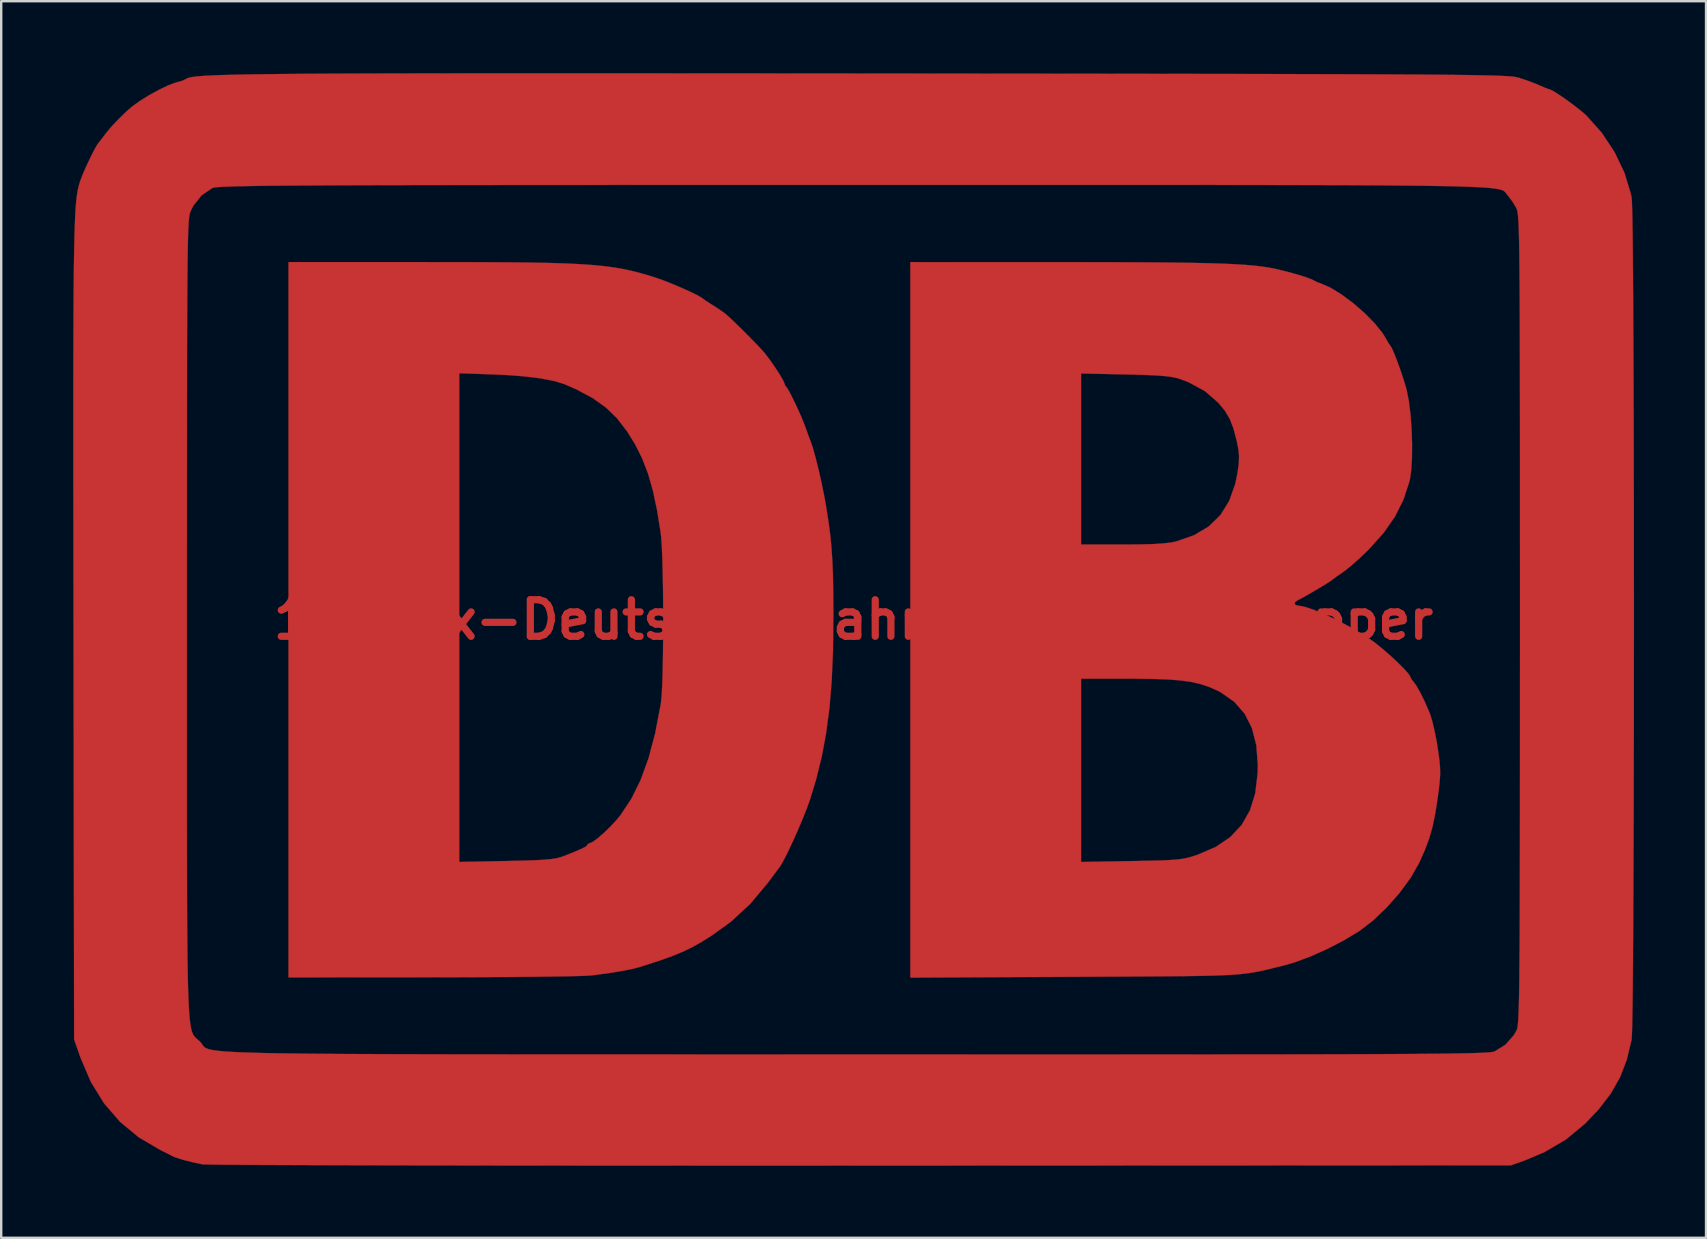
<source format=kicad_pcb>
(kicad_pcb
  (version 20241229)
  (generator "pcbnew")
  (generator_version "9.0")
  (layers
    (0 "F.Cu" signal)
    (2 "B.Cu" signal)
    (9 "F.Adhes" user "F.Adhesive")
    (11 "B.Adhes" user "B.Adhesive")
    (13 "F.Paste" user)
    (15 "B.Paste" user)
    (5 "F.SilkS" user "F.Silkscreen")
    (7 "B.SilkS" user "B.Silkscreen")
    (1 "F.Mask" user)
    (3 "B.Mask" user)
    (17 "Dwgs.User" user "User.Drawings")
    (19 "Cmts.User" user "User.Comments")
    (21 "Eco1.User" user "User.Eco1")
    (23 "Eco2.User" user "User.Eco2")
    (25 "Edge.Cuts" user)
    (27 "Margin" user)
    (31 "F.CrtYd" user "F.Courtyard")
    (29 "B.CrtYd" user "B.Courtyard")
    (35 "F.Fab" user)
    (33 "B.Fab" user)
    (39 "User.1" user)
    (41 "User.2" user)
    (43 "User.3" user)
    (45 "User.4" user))
  (footprint "1280px-Deutsche_Bahn_AG-Logo-copper"
    (layer "F.Cu")
    (at 32.508 22.771)
    (property "Reference" "1280px-Deutsche_Bahn_AG-Logo-copper" (at 0 0 0) (layer "F.Cu") (effects (font (size 1.524 1.524) (thickness 0.3))))
    (attr through_hole)
    (fp_poly (pts (xy -16.548 -14.9) (xy -15.374 -14.897) (xy -14.343 -14.891) (xy -13.441 -14.88) (xy -12.654 -14.865) (xy -11.969 -14.843) (xy -11.373 -14.814) (xy -10.852 -14.778) (xy -10.393 -14.733) (xy -9.982 -14.679) (xy -9.605 -14.614) (xy -9.25 -14.538) (xy -8.902 -14.449) (xy -8.549 -14.348) (xy -8.255 -14.257) (xy -7.945 -14.148) (xy -7.58 -14.005) (xy -7.198 -13.844) (xy -6.837 -13.682) (xy -6.534 -13.535) (xy -6.329 -13.421) (xy -6.265 -13.373) (xy -6.173 -13.304) (xy -5.988 -13.185) (xy -5.884 -13.12) (xy -5.624 -12.953) (xy -5.388 -12.787) (xy -5.334 -12.745) (xy -5.158 -12.59) (xy -4.904 -12.348) (xy -4.604 -12.054) (xy -4.296 -11.745) (xy -4.013 -11.453) (xy -3.791 -11.216) (xy -3.682 -11.09) (xy -3.481 -10.824) (xy -3.276 -10.53) (xy -3.091 -10.247) (xy -2.952 -10.014) (xy -2.882 -9.868) (xy -2.879 -9.849) (xy -2.833 -9.735) (xy -2.815 -9.723) (xy -2.747 -9.633) (xy -2.631 -9.425) (xy -2.485 -9.135) (xy -2.327 -8.8) (xy -2.175 -8.458) (xy -2.047 -8.145) (xy -1.994 -8.001) (xy -1.895 -7.724) (xy -1.808 -7.491) (xy -1.776 -7.408) (xy -1.684 -7.134) (xy -1.573 -6.734) (xy -1.452 -6.248) (xy -1.333 -5.718) (xy -1.223 -5.185) (xy -1.136 -4.699) (xy -1.044 -4.11) (xy -0.972 -3.563) (xy -0.918 -3.023) (xy -0.88 -2.455) (xy -0.855 -1.826) (xy -0.841 -1.101) (xy -0.836 -0.245) (xy -0.836 -0.127) (xy -0.853 1.27) (xy -0.906 2.527) (xy -1 3.669) (xy -1.138 4.721) (xy -1.323 5.71) (xy -1.558 6.659) (xy -1.817 7.509) (xy -1.948 7.87) (xy -2.12 8.3) (xy -2.316 8.765) (xy -2.522 9.227) (xy -2.721 9.65) (xy -2.897 10) (xy -3.033 10.239) (xy -3.066 10.287) (xy -3.143 10.39) (xy -3.293 10.592) (xy -3.49 10.856) (xy -3.57 10.964) (xy -4.298 11.834) (xy -5.105 12.579) (xy -5.916 13.164) (xy -6.324 13.42) (xy -6.703 13.633) (xy -7.09 13.822) (xy -7.52 14) (xy -8.028 14.183) (xy -8.651 14.387) (xy -8.932 14.476) (xy -9.233 14.552) (xy -9.662 14.635) (xy -10.176 14.719) (xy -10.734 14.795) (xy -10.922 14.818) (xy -11.113 14.831) (xy -11.457 14.843) (xy -11.94 14.854) (xy -12.546 14.864) (xy -13.259 14.873) (xy -14.065 14.881) (xy -14.947 14.888) (xy -15.89 14.893) (xy -16.88 14.896) (xy -17.547 14.897) (xy -23.537 14.901) (xy -23.537 10.091) (xy -16.425 10.091) (xy -14.457 10.052) (xy -13.806 10.037) (xy -13.299 10.021) (xy -12.911 10.001) (xy -12.618 9.975) (xy -12.395 9.942) (xy -12.216 9.898) (xy -12.065 9.846) (xy -11.642 9.677) (xy -11.356 9.555) (xy -11.184 9.47) (xy -11.104 9.41) (xy -11.091 9.379) (xy -11.025 9.316) (xy -10.997 9.313) (xy -10.86 9.254) (xy -10.644 9.095) (xy -10.382 8.866) (xy -10.105 8.596) (xy -9.846 8.313) (xy -9.704 8.139) (xy -9.254 7.462) (xy -8.868 6.68) (xy -8.54 5.78) (xy -8.264 4.746) (xy -8.037 3.564) (xy -8.022 3.471) (xy -7.993 3.196) (xy -7.97 2.778) (xy -7.951 2.244) (xy -7.938 1.619) (xy -7.93 0.932) (xy -7.926 0.207) (xy -7.928 -0.527) (xy -7.934 -1.246) (xy -7.946 -1.922) (xy -7.962 -2.529) (xy -7.983 -3.041) (xy -8.009 -3.43) (xy -8.027 -3.598) (xy -8.181 -4.559) (xy -8.356 -5.382) (xy -8.561 -6.097) (xy -8.808 -6.734) (xy -9.106 -7.325) (xy -9.419 -7.832) (xy -9.835 -8.378) (xy -10.308 -8.839) (xy -10.868 -9.239) (xy -11.546 -9.6) (xy -12.065 -9.825) (xy -12.477 -9.95) (xy -13.036 -10.057) (xy -13.72 -10.141) (xy -14.506 -10.2) (xy -14.965 -10.22) (xy -16.425 -10.27) (xy -16.425 10.091) (xy -23.537 10.091) (xy -23.537 -14.901) (xy -17.877 -14.901) (xy -16.548 -14.9)) (stroke (width 0.01) (type solid)) (fill yes) (layer "F.Cu"))
    (fp_poly (pts (xy 8.7 -14.899) (xy 10.071 -14.898) (xy 11.285 -14.895) (xy 12.353 -14.889) (xy 13.287 -14.881) (xy 14.098 -14.869) (xy 14.799 -14.854) (xy 15.401 -14.835) (xy 15.916 -14.811) (xy 16.356 -14.783) (xy 16.732 -14.75) (xy 17.056 -14.711) (xy 17.34 -14.667) (xy 17.596 -14.616) (xy 17.653 -14.603) (xy 18.093 -14.494) (xy 18.505 -14.38) (xy 18.851 -14.272) (xy 19.093 -14.181) (xy 19.177 -14.137) (xy 19.319 -14.066) (xy 19.469 -14.012) (xy 19.877 -13.834) (xy 20.343 -13.547) (xy 20.83 -13.183) (xy 21.301 -12.772) (xy 21.719 -12.347) (xy 22.047 -11.938) (xy 22.193 -11.699) (xy 22.292 -11.523) (xy 22.36 -11.43) (xy 22.43 -11.316) (xy 22.535 -11.078) (xy 22.661 -10.755) (xy 22.794 -10.386) (xy 22.92 -10.008) (xy 23.024 -9.661) (xy 23.049 -9.567) (xy 23.138 -9.118) (xy 23.206 -8.569) (xy 23.252 -7.962) (xy 23.274 -7.341) (xy 23.27 -6.75) (xy 23.239 -6.231) (xy 23.181 -5.829) (xy 23.168 -5.777) (xy 22.916 -5.008) (xy 22.563 -4.301) (xy 22.089 -3.621) (xy 21.473 -2.934) (xy 21.418 -2.879) (xy 21.106 -2.581) (xy 20.791 -2.299) (xy 20.52 -2.076) (xy 20.402 -1.99) (xy 20.183 -1.839) (xy 20.027 -1.726) (xy 19.981 -1.689) (xy 19.885 -1.618) (xy 19.683 -1.489) (xy 19.415 -1.326) (xy 19.123 -1.154) (xy 18.847 -0.995) (xy 18.63 -0.876) (xy 18.521 -0.823) (xy 18.395 -0.732) (xy 18.388 -0.636) (xy 18.499 -0.593) (xy 18.769 -0.548) (xy 19.15 -0.425) (xy 19.61 -0.237) (xy 20.119 0.002) (xy 20.645 0.277) (xy 21.159 0.575) (xy 21.492 0.787) (xy 21.757 0.98) (xy 22.06 1.226) (xy 22.375 1.501) (xy 22.674 1.778) (xy 22.929 2.032) (xy 23.112 2.237) (xy 23.196 2.366) (xy 23.199 2.381) (xy 23.252 2.486) (xy 23.317 2.562) (xy 23.449 2.741) (xy 23.616 3.035) (xy 23.797 3.402) (xy 23.969 3.797) (xy 24.038 3.975) (xy 24.123 4.254) (xy 24.214 4.644) (xy 24.3 5.084) (xy 24.349 5.391) (xy 24.407 5.815) (xy 24.439 6.146) (xy 24.444 6.443) (xy 24.423 6.764) (xy 24.375 7.169) (xy 24.346 7.385) (xy 24.242 8.062) (xy 24.126 8.625) (xy 23.983 9.127) (xy 23.795 9.623) (xy 23.552 10.16) (xy 23.209 10.758) (xy 22.751 11.382) (xy 22.217 11.987) (xy 21.648 12.53) (xy 21.081 12.965) (xy 21.078 12.967) (xy 20.448 13.348) (xy 19.751 13.71) (xy 19.04 14.028) (xy 18.368 14.277) (xy 17.949 14.398) (xy 17.629 14.477) (xy 17.35 14.546) (xy 17.097 14.606) (xy 16.858 14.657) (xy 16.619 14.7) (xy 16.368 14.737) (xy 16.091 14.767) (xy 15.775 14.791) (xy 15.406 14.811) (xy 14.972 14.826) (xy 14.459 14.838) (xy 13.854 14.847) (xy 13.143 14.854) (xy 12.314 14.86) (xy 11.353 14.865) (xy 10.247 14.871) (xy 9.207 14.876) (xy 2.371 14.91) (xy 2.371 2.455) (xy 9.483 2.455) (xy 9.483 10.092) (xy 11.578 10.055) (xy 12.234 10.043) (xy 12.747 10.03) (xy 13.143 10.014) (xy 13.45 9.993) (xy 13.692 9.964) (xy 13.897 9.924) (xy 14.092 9.872) (xy 14.302 9.803) (xy 14.339 9.791) (xy 15.089 9.468) (xy 15.7 9.056) (xy 16.176 8.548) (xy 16.522 7.939) (xy 16.742 7.222) (xy 16.841 6.389) (xy 16.848 6.071) (xy 16.787 5.237) (xy 16.605 4.521) (xy 16.3 3.916) (xy 15.87 3.42) (xy 15.312 3.028) (xy 15.155 2.947) (xy 14.819 2.799) (xy 14.473 2.683) (xy 14.094 2.595) (xy 13.654 2.531) (xy 13.129 2.489) (xy 12.493 2.465) (xy 11.721 2.456) (xy 11.462 2.455) (xy 9.483 2.455) (xy 2.371 2.455) (xy 2.371 -3.133) (xy 9.483 -3.133) (xy 11.211 -3.133) (xy 11.907 -3.137) (xy 12.458 -3.151) (xy 12.885 -3.177) (xy 13.212 -3.215) (xy 13.443 -3.261) (xy 14.187 -3.52) (xy 14.801 -3.886) (xy 15.29 -4.362) (xy 15.658 -4.955) (xy 15.911 -5.67) (xy 16.005 -6.138) (xy 16.056 -6.525) (xy 16.066 -6.829) (xy 16.033 -7.132) (xy 15.969 -7.451) (xy 15.836 -7.965) (xy 15.68 -8.367) (xy 15.475 -8.71) (xy 15.198 -9.045) (xy 14.651 -9.521) (xy 13.975 -9.891) (xy 13.632 -10.023) (xy 13.44 -10.079) (xy 13.217 -10.123) (xy 12.935 -10.156) (xy 12.569 -10.182) (xy 12.092 -10.202) (xy 11.478 -10.218) (xy 11.324 -10.222) (xy 9.483 -10.261) (xy 9.483 -3.133) (xy 2.371 -3.133) (xy 2.371 -14.901) (xy 8.7 -14.899)) (stroke (width 0.01) (type solid)) (fill yes) (layer "F.Cu"))
    (fp_poly (pts (xy -11.296 -22.766) (xy -9.361 -22.766) (xy -7.28 -22.764) (xy -5.048 -22.763) (xy -2.658 -22.761) (xy -0.105 -22.759) (xy 0.55 -22.758) (xy 3.076 -22.756) (xy 5.437 -22.753) (xy 7.641 -22.751) (xy 9.692 -22.749) (xy 11.596 -22.746) (xy 13.358 -22.744) (xy 14.985 -22.741) (xy 16.482 -22.739) (xy 17.853 -22.736) (xy 19.106 -22.732) (xy 20.245 -22.729) (xy 21.277 -22.725) (xy 22.206 -22.721) (xy 23.038 -22.717) (xy 23.78 -22.712) (xy 24.435 -22.707) (xy 25.011 -22.701) (xy 25.513 -22.695) (xy 25.945 -22.688) (xy 26.315 -22.681) (xy 26.627 -22.673) (xy 26.886 -22.664) (xy 27.1 -22.655) (xy 27.272 -22.645) (xy 27.409 -22.634) (xy 27.517 -22.623) (xy 27.6 -22.61) (xy 27.665 -22.597) (xy 27.712 -22.585) (xy 28.06 -22.47) (xy 28.408 -22.338) (xy 28.576 -22.267) (xy 28.804 -22.168) (xy 28.965 -22.107) (xy 29.003 -22.098) (xy 29.119 -22.049) (xy 29.331 -21.92) (xy 29.604 -21.735) (xy 29.902 -21.519) (xy 30.191 -21.299) (xy 30.434 -21.1) (xy 30.542 -21.002) (xy 31.179 -20.286) (xy 31.712 -19.481) (xy 32.122 -18.624) (xy 32.388 -17.75) (xy 32.423 -17.574) (xy 32.433 -17.429) (xy 32.443 -17.124) (xy 32.453 -16.67) (xy 32.462 -16.076) (xy 32.47 -15.353) (xy 32.477 -14.51) (xy 32.484 -13.557) (xy 32.49 -12.504) (xy 32.496 -11.361) (xy 32.501 -10.138) (xy 32.505 -8.845) (xy 32.509 -7.492) (xy 32.511 -6.088) (xy 32.514 -4.644) (xy 32.515 -3.169) (xy 32.516 -1.674) (xy 32.517 -0.168) (xy 32.516 1.339) (xy 32.515 2.837) (xy 32.514 4.315) (xy 32.511 5.765) (xy 32.508 7.176) (xy 32.505 8.539) (xy 32.5 9.842) (xy 32.496 11.078) (xy 32.49 12.234) (xy 32.484 13.303) (xy 32.477 14.273) (xy 32.47 15.135) (xy 32.461 15.879) (xy 32.453 16.495) (xy 32.443 16.973) (xy 32.433 17.303) (xy 32.423 17.476) (xy 32.421 17.489) (xy 32.224 18.316) (xy 31.943 19.052) (xy 31.557 19.734) (xy 31.047 20.398) (xy 30.478 20.997) (xy 29.684 21.654) (xy 28.771 22.19) (xy 27.935 22.539) (xy 27.39 22.731) (xy 0.296 22.743) (xy -1.839 22.744) (xy -3.931 22.744) (xy -5.976 22.744) (xy -7.965 22.743) (xy -9.893 22.743) (xy -11.754 22.741) (xy -13.54 22.74) (xy -15.245 22.738) (xy -16.863 22.735) (xy -18.387 22.733) (xy -19.812 22.73) (xy -21.13 22.727) (xy -22.335 22.723) (xy -23.421 22.719) (xy -24.381 22.715) (xy -25.208 22.711) (xy -25.897 22.706) (xy -26.441 22.702) (xy -26.833 22.697) (xy -27.067 22.692) (xy -27.136 22.688) (xy -27.577 22.592) (xy -27.961 22.492) (xy -28.245 22.401) (xy -28.345 22.358) (xy -28.506 22.276) (xy -28.747 22.156) (xy -28.871 22.095) (xy -29.774 21.566) (xy -30.558 20.916) (xy -31.225 20.144) (xy -31.775 19.25) (xy -32.202 18.25) (xy -32.47 17.484) (xy -32.487 5.489) (xy -27.771 5.489) (xy -27.771 7.025) (xy -27.771 8.42) (xy -27.77 9.681) (xy -27.768 10.814) (xy -27.764 11.828) (xy -27.76 12.728) (xy -27.753 13.522) (xy -27.745 14.218) (xy -27.735 14.821) (xy -27.723 15.34) (xy -27.708 15.78) (xy -27.69 16.15) (xy -27.67 16.455) (xy -27.646 16.704) (xy -27.619 16.903) (xy -27.589 17.06) (xy -27.554 17.18) (xy -27.516 17.272) (xy -27.473 17.342) (xy -27.426 17.398) (xy -27.375 17.446) (xy -27.318 17.493) (xy -27.256 17.547) (xy -27.219 17.583) (xy -27.176 17.633) (xy -27.143 17.679) (xy -27.115 17.722) (xy -27.086 17.762) (xy -27.05 17.799) (xy -27.003 17.834) (xy -26.938 17.865) (xy -26.851 17.895) (xy -26.735 17.921) (xy -26.585 17.946) (xy -26.395 17.968) (xy -26.16 17.988) (xy -25.875 18.006) (xy -25.533 18.022) (xy -25.129 18.037) (xy -24.658 18.05) (xy -24.114 18.061) (xy -23.492 18.07) (xy -22.786 18.079) (xy -21.99 18.086) (xy -21.099 18.092) (xy -20.107 18.096) (xy -19.01 18.1) (xy -17.8 18.103) (xy -16.473 18.106) (xy -15.024 18.107) (xy -13.446 18.109) (xy -11.734 18.109) (xy -9.883 18.11) (xy -7.886 18.11) (xy -5.739 18.111) (xy -3.436 18.111) (xy -0.971 18.112) (xy 0.011 18.112) (xy 2.532 18.112) (xy 4.89 18.113) (xy 7.09 18.113) (xy 9.136 18.113) (xy 11.036 18.113) (xy 12.793 18.112) (xy 14.414 18.111) (xy 15.905 18.11) (xy 17.27 18.109) (xy 18.515 18.107) (xy 19.646 18.105) (xy 20.669 18.102) (xy 21.588 18.099) (xy 22.409 18.095) (xy 23.139 18.091) (xy 23.781 18.086) (xy 24.342 18.081) (xy 24.828 18.075) (xy 25.243 18.068) (xy 25.593 18.061) (xy 25.885 18.053) (xy 26.123 18.045) (xy 26.312 18.036) (xy 26.459 18.026) (xy 26.569 18.015) (xy 26.647 18.003) (xy 26.698 17.991) (xy 26.715 17.985) (xy 27.155 17.713) (xy 27.509 17.316) (xy 27.628 17.111) (xy 27.645 17.068) (xy 27.66 17.008) (xy 27.674 16.922) (xy 27.687 16.804) (xy 27.699 16.647) (xy 27.71 16.443) (xy 27.719 16.186) (xy 27.728 15.869) (xy 27.735 15.484) (xy 27.742 15.026) (xy 27.747 14.486) (xy 27.752 13.858) (xy 27.757 13.135) (xy 27.76 12.309) (xy 27.763 11.374) (xy 27.765 10.323) (xy 27.767 9.149) (xy 27.768 7.845) (xy 27.769 6.403) (xy 27.77 4.817) (xy 27.77 3.081) (xy 27.771 1.185) (xy 27.771 -0.016) (xy 27.771 -2.002) (xy 27.77 -3.826) (xy 27.77 -5.494) (xy 27.77 -7.014) (xy 27.769 -8.393) (xy 27.767 -9.638) (xy 27.766 -10.756) (xy 27.764 -11.755) (xy 27.761 -12.64) (xy 27.757 -13.419) (xy 27.753 -14.1) (xy 27.748 -14.689) (xy 27.743 -15.194) (xy 27.736 -15.621) (xy 27.728 -15.977) (xy 27.72 -16.27) (xy 27.71 -16.507) (xy 27.699 -16.694) (xy 27.687 -16.839) (xy 27.673 -16.949) (xy 27.658 -17.03) (xy 27.642 -17.091) (xy 27.624 -17.138) (xy 27.609 -17.17) (xy 27.454 -17.428) (xy 27.283 -17.656) (xy 27.258 -17.683) (xy 27.223 -17.725) (xy 27.196 -17.763) (xy 27.169 -17.799) (xy 27.139 -17.832) (xy 27.099 -17.863) (xy 27.044 -17.892) (xy 26.968 -17.918) (xy 26.866 -17.943) (xy 26.733 -17.965) (xy 26.561 -17.985) (xy 26.347 -18.004) (xy 26.085 -18.02) (xy 25.769 -18.035) (xy 25.393 -18.049) (xy 24.952 -18.061) (xy 24.441 -18.071) (xy 23.853 -18.08) (xy 23.184 -18.088) (xy 22.428 -18.095) (xy 21.579 -18.101) (xy 20.632 -18.106) (xy 19.581 -18.109) (xy 18.42 -18.112) (xy 17.145 -18.115) (xy 15.749 -18.117) (xy 14.228 -18.118) (xy 12.574 -18.118) (xy 10.784 -18.119) (xy 8.851 -18.119) (xy 6.77 -18.119) (xy 4.536 -18.119) (xy 2.142 -18.119) (xy 0.037 -18.119) (xy -2.487 -18.119) (xy -4.848 -18.118) (xy -7.049 -18.118) (xy -9.098 -18.118) (xy -11 -18.117) (xy -12.76 -18.116) (xy -14.384 -18.115) (xy -15.876 -18.113) (xy -17.244 -18.111) (xy -18.491 -18.109) (xy -19.624 -18.107) (xy -20.649 -18.104) (xy -21.57 -18.1) (xy -22.393 -18.096) (xy -23.124 -18.092) (xy -23.768 -18.087) (xy -24.331 -18.082) (xy -24.817 -18.076) (xy -25.234 -18.069) (xy -25.586 -18.062) (xy -25.878 -18.054) (xy -26.117 -18.046) (xy -26.307 -18.037) (xy -26.454 -18.027) (xy -26.564 -18.016) (xy -26.643 -18.005) (xy -26.695 -17.992) (xy -26.717 -17.984) (xy -27.161 -17.682) (xy -27.502 -17.252) (xy -27.613 -17.032) (xy -27.631 -16.984) (xy -27.649 -16.927) (xy -27.664 -16.852) (xy -27.679 -16.754) (xy -27.692 -16.624) (xy -27.703 -16.457) (xy -27.714 -16.243) (xy -27.723 -15.978) (xy -27.731 -15.653) (xy -27.739 -15.261) (xy -27.745 -14.795) (xy -27.75 -14.248) (xy -27.755 -13.614) (xy -27.759 -12.884) (xy -27.762 -12.051) (xy -27.765 -11.11) (xy -27.767 -10.051) (xy -27.768 -8.869) (xy -27.769 -7.556) (xy -27.77 -6.105) (xy -27.77 -4.509) (xy -27.771 -2.761) (xy -27.771 -0.854) (xy -27.771 -0.037) (xy -27.771 1.965) (xy -27.771 3.805) (xy -27.771 5.489) (xy -32.487 5.489) (xy -32.494 0.466) (xy -32.497 -1.582) (xy -32.499 -3.468) (xy -32.501 -5.199) (xy -32.503 -6.782) (xy -32.503 -8.223) (xy -32.502 -9.531) (xy -32.501 -10.712) (xy -32.498 -11.773) (xy -32.495 -12.722) (xy -32.49 -13.565) (xy -32.483 -14.31) (xy -32.475 -14.963) (xy -32.466 -15.533) (xy -32.454 -16.025) (xy -32.441 -16.447) (xy -32.426 -16.806) (xy -32.409 -17.109) (xy -32.389 -17.363) (xy -32.368 -17.576) (xy -32.344 -17.753) (xy -32.317 -17.904) (xy -32.288 -18.034) (xy -32.256 -18.151) (xy -32.222 -18.261) (xy -32.213 -18.288) (xy -32.112 -18.552) (xy -31.97 -18.88) (xy -31.808 -19.224) (xy -31.651 -19.537) (xy -31.519 -19.774) (xy -31.454 -19.868) (xy -31.351 -19.997) (xy -31.201 -20.193) (xy -31.159 -20.249) (xy -30.922 -20.536) (xy -30.609 -20.868) (xy -30.279 -21.186) (xy -30.056 -21.38) (xy -29.732 -21.614) (xy -29.34 -21.858) (xy -28.926 -22.085) (xy -28.54 -22.269) (xy -28.23 -22.383) (xy -28.173 -22.397) (xy -27.955 -22.459) (xy -27.81 -22.527) (xy -27.808 -22.528) (xy -27.77 -22.552) (xy -27.716 -22.574) (xy -27.639 -22.595) (xy -27.535 -22.614) (xy -27.397 -22.632) (xy -27.221 -22.649) (xy -27 -22.664) (xy -26.73 -22.678) (xy -26.406 -22.691) (xy -26.021 -22.702) (xy -25.571 -22.713) (xy -25.049 -22.722) (xy -24.452 -22.73) (xy -23.772 -22.738) (xy -23.006 -22.744) (xy -22.146 -22.75) (xy -21.189 -22.754) (xy -20.129 -22.758) (xy -18.96 -22.761) (xy -17.677 -22.763) (xy -16.274 -22.765) (xy -14.747 -22.766) (xy -13.089 -22.766) (xy -11.296 -22.766)) (stroke (width 0.01) (type solid)) (fill yes) (layer "F.Cu")))
  (gr_rect
    (start -3 -3)
    (end 68.03 48.521)
    (stroke (width 0.1) (type default))
    (fill no)
    (layer "Edge.Cuts")))
</source>
